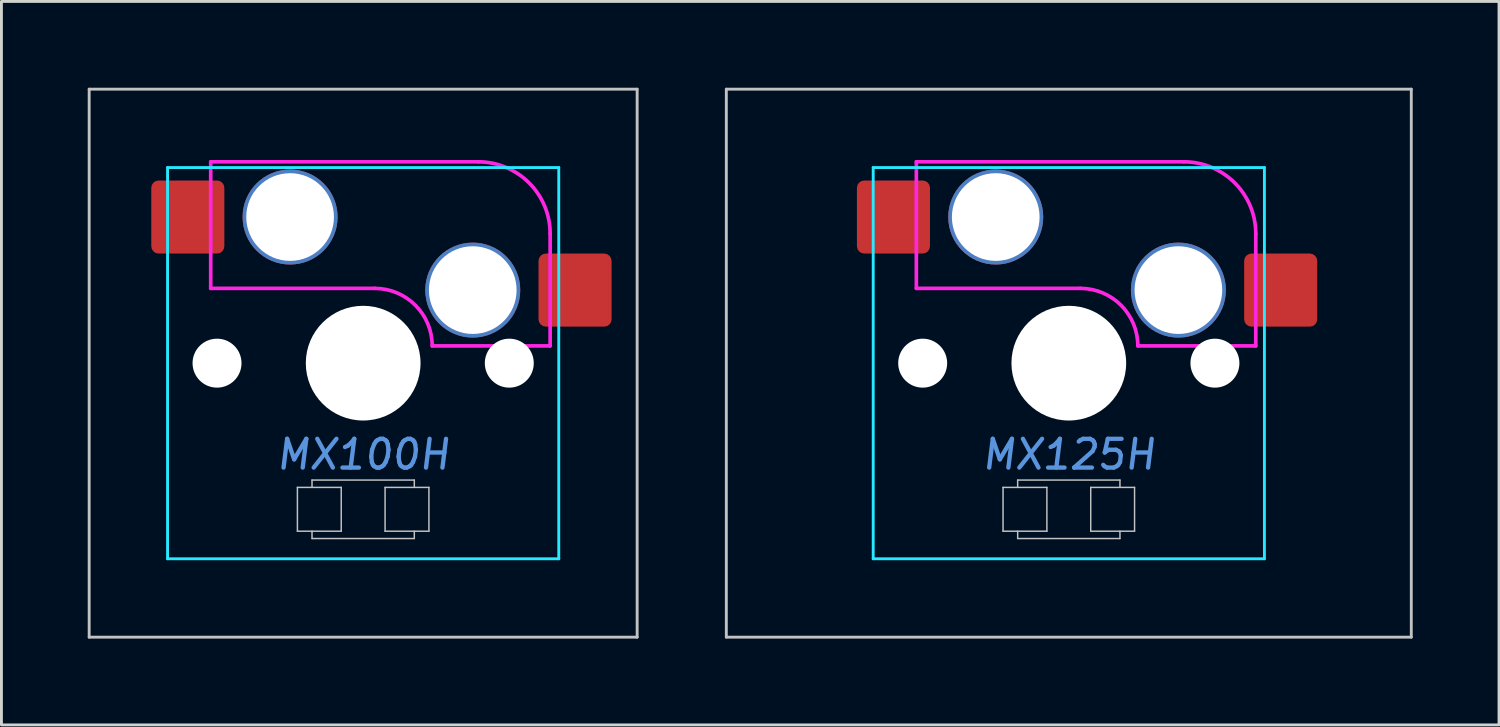
<source format=kicad_pcb>
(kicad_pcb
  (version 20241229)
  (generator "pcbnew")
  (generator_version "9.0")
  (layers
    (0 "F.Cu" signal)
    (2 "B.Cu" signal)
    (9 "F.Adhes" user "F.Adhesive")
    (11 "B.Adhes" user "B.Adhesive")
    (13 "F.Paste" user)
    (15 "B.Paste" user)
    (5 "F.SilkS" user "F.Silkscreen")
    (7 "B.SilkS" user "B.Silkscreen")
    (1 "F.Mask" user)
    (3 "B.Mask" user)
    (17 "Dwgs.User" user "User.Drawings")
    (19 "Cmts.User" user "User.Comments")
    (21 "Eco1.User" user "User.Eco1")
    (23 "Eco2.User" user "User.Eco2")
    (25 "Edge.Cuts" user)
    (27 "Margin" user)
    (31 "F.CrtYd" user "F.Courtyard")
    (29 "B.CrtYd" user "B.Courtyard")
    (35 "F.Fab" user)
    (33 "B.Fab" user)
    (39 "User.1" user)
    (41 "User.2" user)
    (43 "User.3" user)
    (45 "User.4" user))
  (footprint "MX125H"
    (layer "F.Cu")
    (at 31.566 4.495)
    (property "Reference" "MX125H" (at 2.54 8.255 180) (layer "Cmts.User") (effects (font (size 1 1) (thickness 0.15) (italic yes))))
    (attr smd)
    (fp_line (start -9.366 -4.445) (end -9.366 14.605) (stroke (width 0.1) (type solid)) (layer "Dwgs.User"))
    (fp_line (start -9.366 -4.445) (end 14.446 -4.445) (stroke (width 0.1) (type solid)) (layer "Dwgs.User"))
    (fp_line (start -9.366 14.605) (end 14.446 14.605) (stroke (width 0.1) (type solid)) (layer "Dwgs.User"))
    (fp_line (start 0.254 9.398) (end 0.254 10.922) (stroke (width 0.051) (type solid)) (layer "Dwgs.User"))
    (fp_line (start 0.254 10.922) (end 1.778 10.922) (stroke (width 0.051) (type solid)) (layer "Dwgs.User"))
    (fp_line (start 0.762 9.144) (end 0.762 9.398) (stroke (width 0.051) (type solid)) (layer "Dwgs.User"))
    (fp_line (start 0.762 11.176) (end 0.762 10.922) (stroke (width 0.051) (type solid)) (layer "Dwgs.User"))
    (fp_line (start 0.762 11.176) (end 4.318 11.176) (stroke (width 0.051) (type solid)) (layer "Dwgs.User"))
    (fp_line (start 1.778 9.398) (end 0.254 9.398) (stroke (width 0.051) (type solid)) (layer "Dwgs.User"))
    (fp_line (start 1.778 10.922) (end 1.778 9.398) (stroke (width 0.051) (type solid)) (layer "Dwgs.User"))
    (fp_line (start 3.302 9.398) (end 4.826 9.398) (stroke (width 0.051) (type solid)) (layer "Dwgs.User"))
    (fp_line (start 3.302 10.922) (end 3.302 9.398) (stroke (width 0.051) (type solid)) (layer "Dwgs.User"))
    (fp_line (start 4.318 9.144) (end 0.762 9.144) (stroke (width 0.051) (type solid)) (layer "Dwgs.User"))
    (fp_line (start 4.318 9.398) (end 4.318 9.144) (stroke (width 0.051) (type solid)) (layer "Dwgs.User"))
    (fp_line (start 4.318 11.176) (end 4.318 10.922) (stroke (width 0.051) (type solid)) (layer "Dwgs.User"))
    (fp_line (start 4.826 9.398) (end 4.826 10.922) (stroke (width 0.051) (type solid)) (layer "Dwgs.User"))
    (fp_line (start 4.826 10.922) (end 3.302 10.922) (stroke (width 0.051) (type solid)) (layer "Dwgs.User"))
    (fp_line (start 14.446 14.605) (end 14.446 -4.445) (stroke (width 0.1) (type solid)) (layer "Dwgs.User"))
    (fp_line (start -4.46 11.58) (end -4.46 -1.42) (stroke (width 0.1) (type solid)) (layer "Eco1.User"))
    (fp_line (start -3.96 -1.92) (end 9.04 -1.92) (stroke (width 0.1) (type solid)) (layer "Eco1.User"))
    (fp_line (start 9.04 12.08) (end -3.96 12.08) (stroke (width 0.1) (type solid)) (layer "Eco1.User"))
    (fp_line (start 9.54 -1.42) (end 9.54 11.58) (stroke (width 0.1) (type solid)) (layer "Eco1.User"))
    (fp_arc (start -4.46 -1.42) (mid -4.313553 -1.773553) (end -3.96 -1.92) (stroke (width 0.1) (type solid)) (layer "Eco1.User"))
    (fp_arc (start -3.96 12.08) (mid -4.313553 11.933553) (end -4.46 11.58) (stroke (width 0.1) (type solid)) (layer "Eco1.User"))
    (fp_arc (start 9.04 -1.92) (mid 9.393553 -1.773553) (end 9.54 -1.42) (stroke (width 0.1) (type solid)) (layer "Eco1.User"))
    (fp_arc (start 9.54 11.58) (mid 9.393553 11.933553) (end 9.04 12.08) (stroke (width 0.1) (type solid)) (layer "Eco1.User"))
    (fp_line (start -4.26 -1.72) (end -4.26 11.88) (stroke (width 0.1) (type solid)) (layer "B.CrtYd"))
    (fp_line (start -4.26 -1.72) (end 9.34 -1.72) (stroke (width 0.1) (type solid)) (layer "B.CrtYd"))
    (fp_line (start 9.34 11.88) (end -4.26 11.88) (stroke (width 0.1) (type solid)) (layer "B.CrtYd"))
    (fp_line (start 9.34 11.88) (end 9.34 -1.72) (stroke (width 0.1) (type solid)) (layer "B.CrtYd"))
    (fp_line (start -2.76 -1.92) (end -2.76 2.48) (stroke (width 0.127) (type solid)) (layer "F.CrtYd"))
    (fp_line (start -2.76 -1.92) (end 6.54 -1.92) (stroke (width 0.127) (type solid)) (layer "F.CrtYd"))
    (fp_line (start 2.94 2.48) (end -2.76 2.48) (stroke (width 0.127) (type solid)) (layer "F.CrtYd"))
    (fp_line (start 9.04 0.58) (end 9.04 4.48) (stroke (width 0.127) (type solid)) (layer "F.CrtYd"))
    (fp_line (start 9.04 4.48) (end 4.94 4.48) (stroke (width 0.127) (type solid)) (layer "F.CrtYd"))
    (fp_arc (start 2.94 2.48) (mid 4.354214 3.065786) (end 4.94 4.48) (stroke (width 0.127) (type solid)) (layer "F.CrtYd"))
    (fp_arc (start 6.54 -1.92) (mid 8.307767 -1.187767) (end 9.04 0.58) (stroke (width 0.127) (type solid)) (layer "F.CrtYd"))
    (pad "" np_thru_hole circle (at -2.54 5.08) (size 1.702 1.702) (drill 1.702) (layers "*.Cu" "*.Mask"))
    (pad "" np_thru_hole circle (at 0 0) (size 3.302 3.302) (drill 3.048) (layers "*.Cu" "*.Mask"))
    (pad "" np_thru_hole circle (at 2.54 5.08) (size 3.988 3.988) (drill 3.988) (layers "*.Cu" "*.Mask"))
    (pad "" np_thru_hole circle (at 6.35 2.54 90) (size 3.302 3.302) (drill 3.048) (layers "*.Cu" "*.Mask"))
    (pad "" np_thru_hole circle (at 7.62 5.08) (size 1.702 1.702) (drill 1.702) (layers "*.Cu" "*.Mask"))
    (pad "1" smd roundrect (at -3.556 0) (size 2.54 2.54) (layers "F.Cu" "F.Mask") (roundrect_rratio 0.1))
    (pad "2" smd roundrect (at 9.906 2.54) (size 2.54 2.54) (layers "F.Cu" "F.Mask") (roundrect_rratio 0.1)))
  (footprint "MX100H"
    (layer "F.Cu")
    (at 7.035 4.495)
    (property "Reference" "MX100H" (at 2.54 8.255 0) (layer "Cmts.User") (effects (font (size 1 1) (thickness 0.15) (italic yes))))
    (attr smd)
    (fp_line (start -6.985 -4.445) (end -6.985 14.605) (stroke (width 0.1) (type solid)) (layer "Dwgs.User"))
    (fp_line (start -6.985 -4.445) (end 12.065 -4.445) (stroke (width 0.1) (type solid)) (layer "Dwgs.User"))
    (fp_line (start -6.985 14.605) (end 12.065 14.605) (stroke (width 0.1) (type solid)) (layer "Dwgs.User"))
    (fp_line (start 0.254 9.398) (end 0.254 10.922) (stroke (width 0.051) (type solid)) (layer "Dwgs.User"))
    (fp_line (start 0.254 10.922) (end 1.778 10.922) (stroke (width 0.051) (type solid)) (layer "Dwgs.User"))
    (fp_line (start 0.762 9.144) (end 0.762 9.398) (stroke (width 0.051) (type solid)) (layer "Dwgs.User"))
    (fp_line (start 0.762 11.176) (end 0.762 10.922) (stroke (width 0.051) (type solid)) (layer "Dwgs.User"))
    (fp_line (start 0.762 11.176) (end 4.318 11.176) (stroke (width 0.051) (type solid)) (layer "Dwgs.User"))
    (fp_line (start 1.778 9.398) (end 0.254 9.398) (stroke (width 0.051) (type solid)) (layer "Dwgs.User"))
    (fp_line (start 1.778 10.922) (end 1.778 9.398) (stroke (width 0.051) (type solid)) (layer "Dwgs.User"))
    (fp_line (start 3.302 9.398) (end 4.826 9.398) (stroke (width 0.051) (type solid)) (layer "Dwgs.User"))
    (fp_line (start 3.302 10.922) (end 3.302 9.398) (stroke (width 0.051) (type solid)) (layer "Dwgs.User"))
    (fp_line (start 4.318 9.144) (end 0.762 9.144) (stroke (width 0.051) (type solid)) (layer "Dwgs.User"))
    (fp_line (start 4.318 9.398) (end 4.318 9.144) (stroke (width 0.051) (type solid)) (layer "Dwgs.User"))
    (fp_line (start 4.318 11.176) (end 4.318 10.922) (stroke (width 0.051) (type solid)) (layer "Dwgs.User"))
    (fp_line (start 4.826 9.398) (end 4.826 10.922) (stroke (width 0.051) (type solid)) (layer "Dwgs.User"))
    (fp_line (start 4.826 10.922) (end 3.302 10.922) (stroke (width 0.051) (type solid)) (layer "Dwgs.User"))
    (fp_line (start 12.065 14.605) (end 12.065 -4.445) (stroke (width 0.1) (type solid)) (layer "Dwgs.User"))
    (fp_line (start -4.46 11.58) (end -4.46 -1.42) (stroke (width 0.1) (type solid)) (layer "Eco1.User"))
    (fp_line (start -3.96 -1.92) (end 9.04 -1.92) (stroke (width 0.1) (type solid)) (layer "Eco1.User"))
    (fp_line (start 9.04 12.08) (end -3.96 12.08) (stroke (width 0.1) (type solid)) (layer "Eco1.User"))
    (fp_line (start 9.54 -1.42) (end 9.54 11.58) (stroke (width 0.1) (type solid)) (layer "Eco1.User"))
    (fp_arc (start -4.46 -1.42) (mid -4.313553 -1.773553) (end -3.96 -1.92) (stroke (width 0.1) (type solid)) (layer "Eco1.User"))
    (fp_arc (start -3.96 12.08) (mid -4.313553 11.933553) (end -4.46 11.58) (stroke (width 0.1) (type solid)) (layer "Eco1.User"))
    (fp_arc (start 9.04 -1.92) (mid 9.393553 -1.773553) (end 9.54 -1.42) (stroke (width 0.1) (type solid)) (layer "Eco1.User"))
    (fp_arc (start 9.54 11.58) (mid 9.393553 11.933553) (end 9.04 12.08) (stroke (width 0.1) (type solid)) (layer "Eco1.User"))
    (fp_line (start -4.26 -1.72) (end -4.26 11.88) (stroke (width 0.1) (type solid)) (layer "B.CrtYd"))
    (fp_line (start -4.26 -1.72) (end 9.34 -1.72) (stroke (width 0.1) (type solid)) (layer "B.CrtYd"))
    (fp_line (start 9.34 11.88) (end -4.26 11.88) (stroke (width 0.1) (type solid)) (layer "B.CrtYd"))
    (fp_line (start 9.34 11.88) (end 9.34 -1.72) (stroke (width 0.1) (type solid)) (layer "B.CrtYd"))
    (fp_line (start -2.76 -1.92) (end -2.76 2.48) (stroke (width 0.127) (type solid)) (layer "F.CrtYd"))
    (fp_line (start -2.76 -1.92) (end 6.54 -1.92) (stroke (width 0.127) (type solid)) (layer "F.CrtYd"))
    (fp_line (start 2.94 2.48) (end -2.76 2.48) (stroke (width 0.127) (type solid)) (layer "F.CrtYd"))
    (fp_line (start 9.04 0.58) (end 9.04 4.48) (stroke (width 0.127) (type solid)) (layer "F.CrtYd"))
    (fp_line (start 9.04 4.48) (end 4.94 4.48) (stroke (width 0.127) (type solid)) (layer "F.CrtYd"))
    (fp_arc (start 2.94 2.48) (mid 4.354214 3.065786) (end 4.94 4.48) (stroke (width 0.127) (type solid)) (layer "F.CrtYd"))
    (fp_arc (start 6.54 -1.92) (mid 8.307767 -1.187767) (end 9.04 0.58) (stroke (width 0.127) (type solid)) (layer "F.CrtYd"))
    (pad "" np_thru_hole circle (at -2.54 5.08) (size 1.702 1.702) (drill 1.702) (layers "*.Cu" "*.Mask"))
    (pad "" np_thru_hole circle (at 0 0) (size 3.302 3.302) (drill 3.048) (layers "*.Cu" "*.Mask"))
    (pad "" np_thru_hole circle (at 2.54 5.08) (size 3.988 3.988) (drill 3.988) (layers "*.Cu" "*.Mask"))
    (pad "" np_thru_hole circle (at 6.35 2.54 90) (size 3.302 3.302) (drill 3.048) (layers "*.Cu" "*.Mask"))
    (pad "" np_thru_hole circle (at 7.62 5.08) (size 1.702 1.702) (drill 1.702) (layers "*.Cu" "*.Mask"))
    (pad "1" smd roundrect (at -3.556 0) (size 2.54 2.54) (layers "F.Cu" "F.Mask") (roundrect_rratio 0.1))
    (pad "2" smd roundrect (at 9.906 2.54) (size 2.54 2.54) (layers "F.Cu" "F.Mask") (roundrect_rratio 0.1)))
  (gr_rect
    (start -3 -3)
    (end 49.062 22.15)
    (stroke (width 0.1) (type default))
    (fill no)
    (layer "Edge.Cuts")))
</source>
